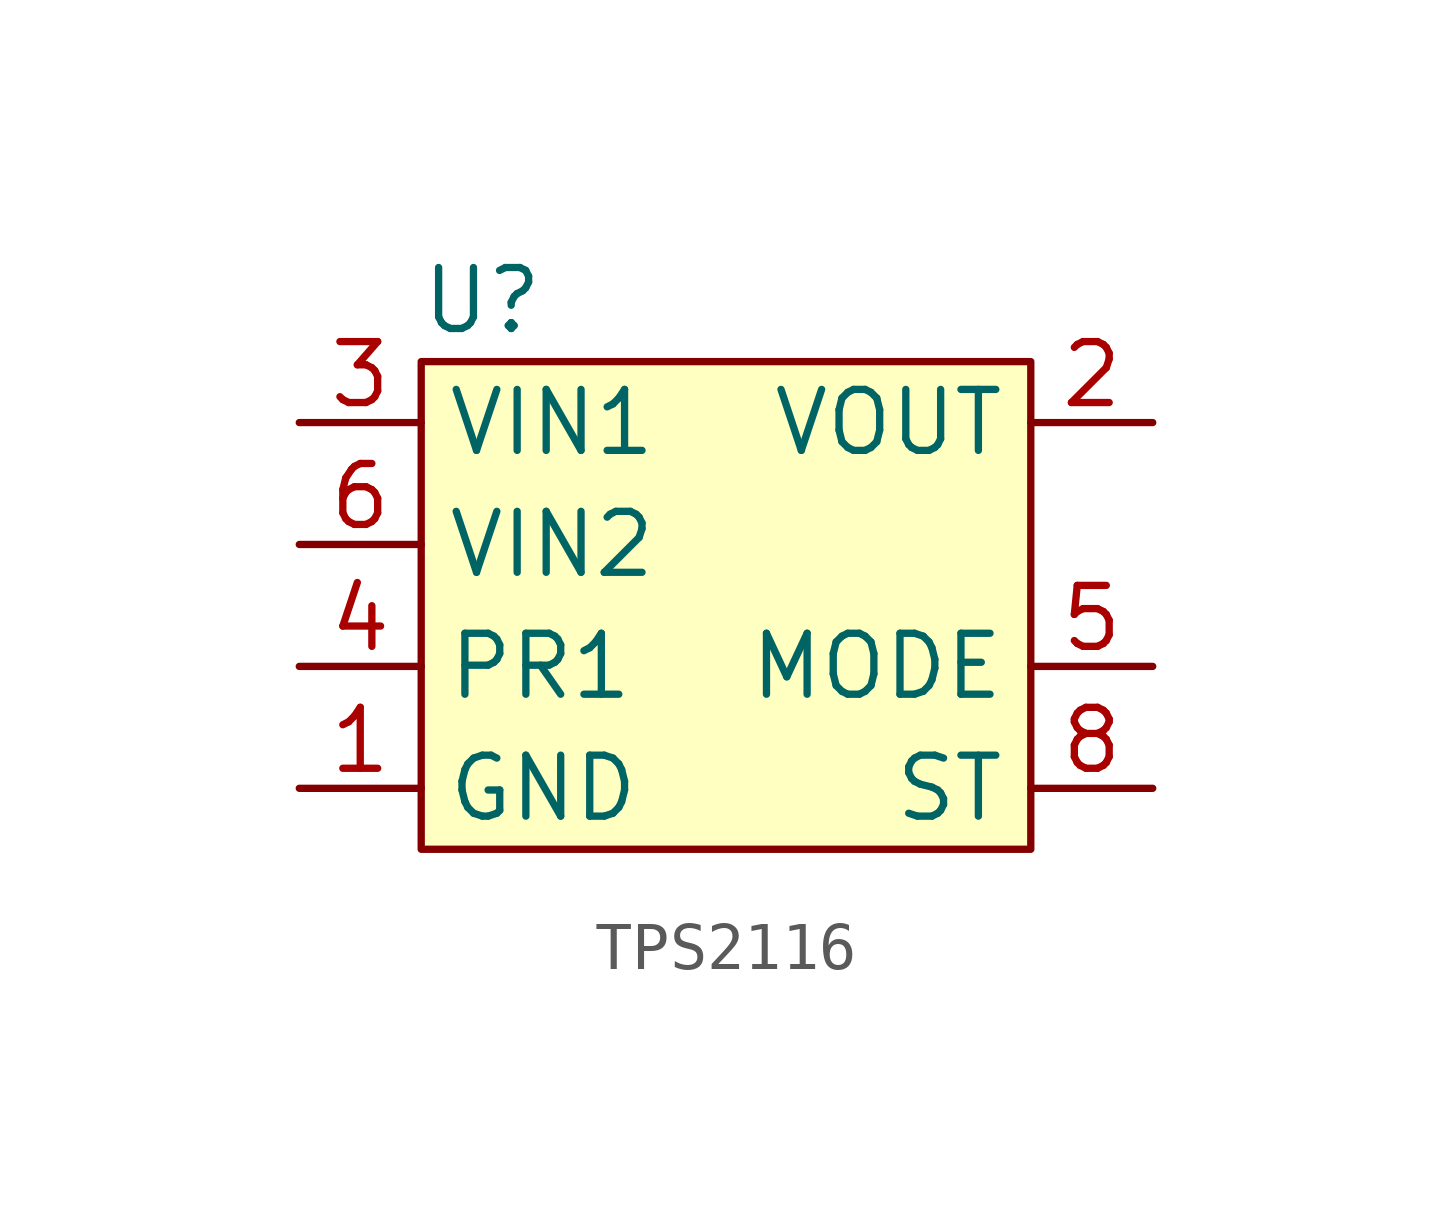
<source format=kicad_sym>
(kicad_symbol_lib
  (version 20220914)
  (generator kicad_symbol_editor)
  (symbol "TPS2116"
    (property "Reference" "U"
      (at -5.08 6.35 0)
      (effects (font (size 1.27 1.27))))
    (property "Value" ""
      (at 0 0 0)
      (effects (font (size 1.27 1.27))))
    (symbol "TPS2116_1_1"
      (rectangle (start -6.35 5.08) (end 6.35 -5.08) (stroke (width 0) (type default)) (fill (type background)))
      (pin power_in line (at -8.89 -3.81 0) (length 2.54) (name "GND" (effects (font (size 1.27 1.27)))) (number "1" (effects (font (size 1.27 1.27)))))
      (pin power_out line (at 8.89 3.81 180) (length 2.54) (name "VOUT" (effects (font (size 1.27 1.27)))) (number "2" (effects (font (size 1.27 1.27)))))
      (pin power_in line (at -8.89 3.81 0) (length 2.54) (name "VIN1" (effects (font (size 1.27 1.27)))) (number "3" (effects (font (size 1.27 1.27)))))
      (pin input line (at -8.89 -1.27 0) (length 2.54) (name "PR1" (effects (font (size 1.27 1.27)))) (number "4" (effects (font (size 1.27 1.27)))))
      (pin input line (at 8.89 -1.27 180) (length 2.54) (name "MODE" (effects (font (size 1.27 1.27)))) (number "5" (effects (font (size 1.27 1.27)))))
      (pin power_in line (at -8.89 1.27 0) (length 2.54) (name "VIN2" (effects (font (size 1.27 1.27)))) (number "6" (effects (font (size 1.27 1.27)))))
      (pin power_out line (at 8.89 3.81 180) (length 2.54) hide (name "VOUT" (effects (font (size 1.27 1.27)))) (number "7" (effects (font (size 1.27 1.27)))))
      (pin open_collector line (at 8.89 -3.81 180) (length 2.54) (name "ST" (effects (font (size 1.27 1.27)))) (number "8" (effects (font (size 1.27 1.27))))))))
</source>
